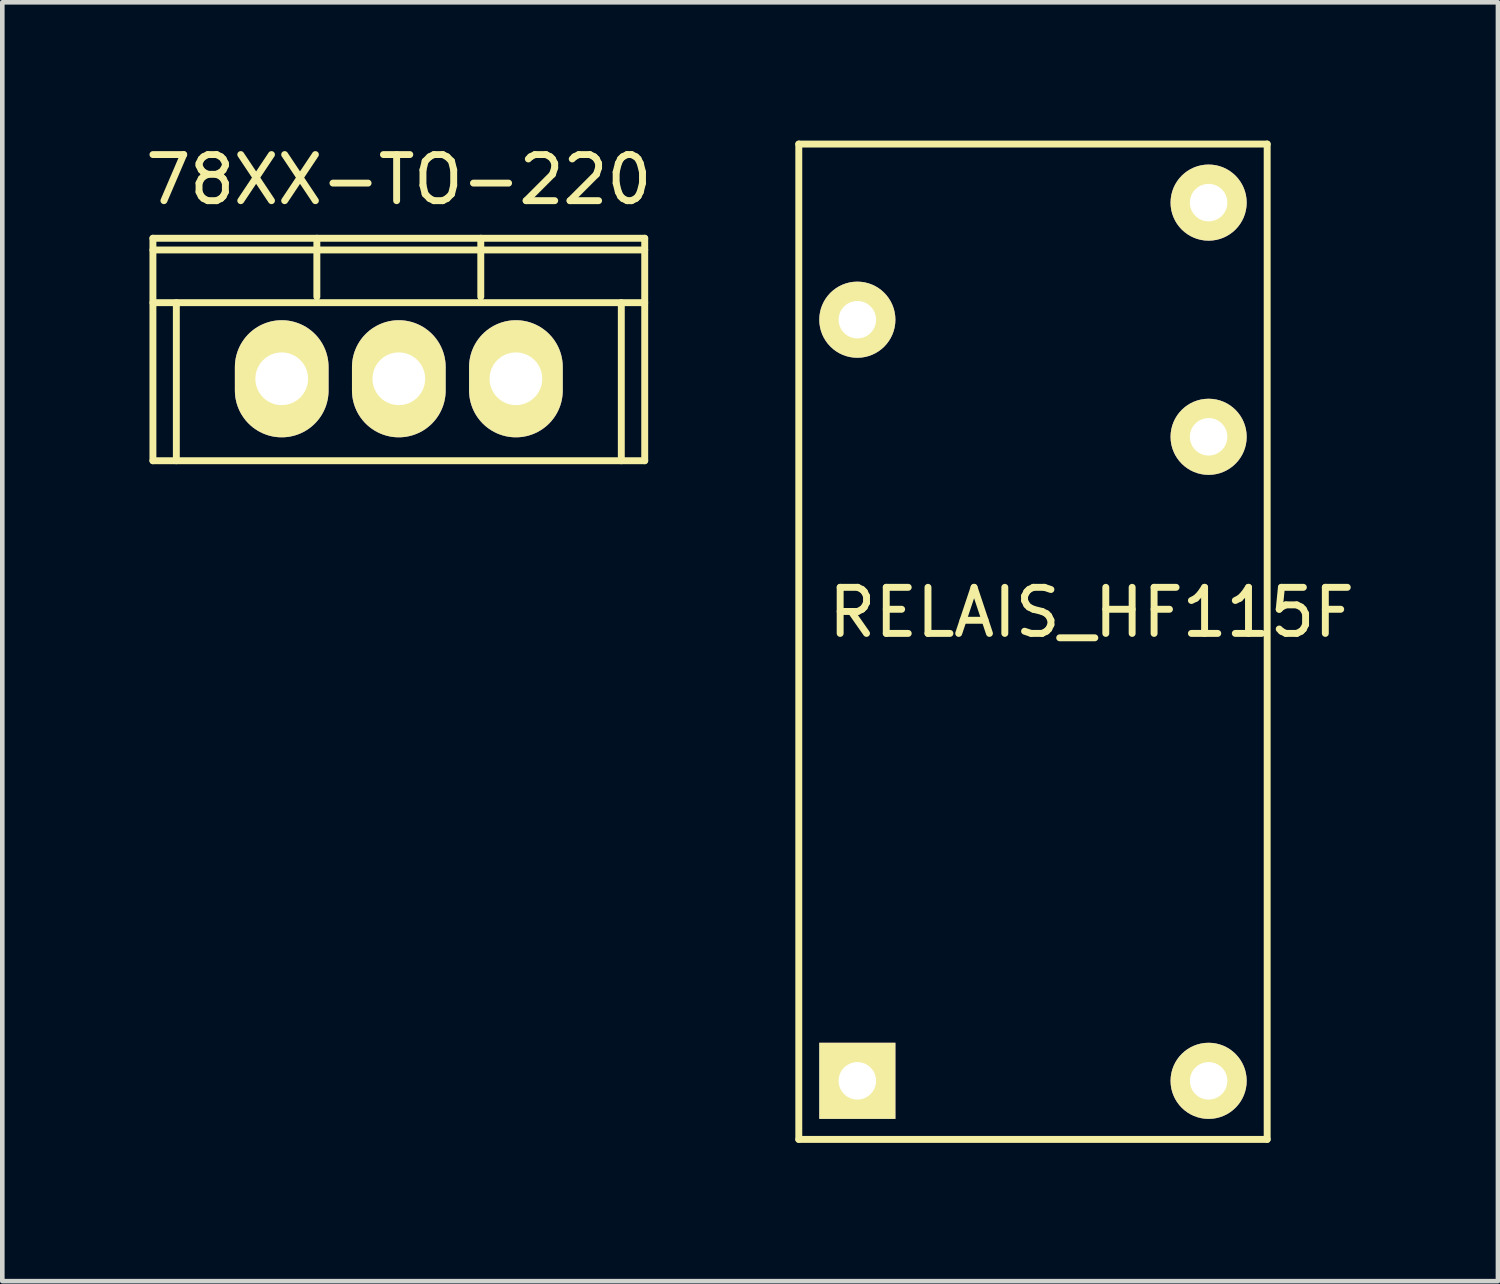
<source format=kicad_pcb>
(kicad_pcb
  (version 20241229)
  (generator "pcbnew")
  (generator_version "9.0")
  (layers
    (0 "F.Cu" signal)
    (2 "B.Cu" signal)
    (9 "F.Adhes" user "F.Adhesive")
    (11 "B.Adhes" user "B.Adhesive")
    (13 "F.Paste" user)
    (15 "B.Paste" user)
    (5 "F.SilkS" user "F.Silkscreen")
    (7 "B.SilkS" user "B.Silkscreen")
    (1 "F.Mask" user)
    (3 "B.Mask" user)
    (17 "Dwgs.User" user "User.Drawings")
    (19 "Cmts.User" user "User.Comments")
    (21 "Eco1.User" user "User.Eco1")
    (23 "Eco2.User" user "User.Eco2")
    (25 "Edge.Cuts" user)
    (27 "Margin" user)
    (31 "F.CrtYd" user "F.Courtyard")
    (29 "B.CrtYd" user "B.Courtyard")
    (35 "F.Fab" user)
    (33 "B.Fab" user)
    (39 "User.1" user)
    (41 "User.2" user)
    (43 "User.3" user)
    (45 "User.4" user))
  (footprint "RELAIS_HF115F"
    (layer "F.Cu")
    (at 20.627 17.855)
    (property "Reference" "RELAIS_HF115F" (at 0 -7.62 0) (layer "F.SilkS") (effects (font (size 1 1) (thickness 0.15))))
    (attr through_hole)
    (fp_line (start -6.35 -17.78) (end -6.35 3.81) (stroke (width 0.15) (type solid)) (layer "F.SilkS"))
    (fp_line (start -6.35 3.81) (end 3.81 3.81) (stroke (width 0.15) (type solid)) (layer "F.SilkS"))
    (fp_line (start 3.81 -17.78) (end -6.35 -17.78) (stroke (width 0.15) (type solid)) (layer "F.SilkS"))
    (fp_line (start 3.81 3.81) (end 3.81 -17.78) (stroke (width 0.15) (type solid)) (layer "F.SilkS"))
    (pad "1" thru_hole rect (at -5.08 2.54) (size 1.651 1.651) (drill 0.813) (layers "*.Cu" "*.Mask" "F.SilkS"))
    (pad "2" thru_hole circle (at 2.54 2.54) (size 1.651 1.651) (drill 0.813) (layers "*.Cu" "*.Mask" "F.SilkS"))
    (pad "3" thru_hole circle (at -5.08 -13.97) (size 1.651 1.651) (drill 0.813) (layers "*.Cu" "*.Mask" "F.SilkS"))
    (pad "4" thru_hole circle (at 2.54 -16.51) (size 1.651 1.651) (drill 0.813) (layers "*.Cu" "*.Mask" "F.SilkS"))
    (pad "5" thru_hole circle (at 2.54 -11.43) (size 1.651 1.651) (drill 0.813) (layers "*.Cu" "*.Mask" "F.SilkS")))
  (footprint "78XX-TO-220"
    (layer "F.Cu")
    (at 5.601 5.166)
    (property "Reference" "78XX-TO-220" (at 0 -4.318 0) (layer "F.SilkS") (effects (font (size 1 1) (thickness 0.15))))
    (attr through_hole)
    (fp_line (start -5.334 -3.048) (end -5.334 1.778) (stroke (width 0.15) (type solid)) (layer "F.SilkS"))
    (fp_line (start -5.334 -1.651) (end 5.334 -1.651) (stroke (width 0.15) (type solid)) (layer "F.SilkS"))
    (fp_line (start -4.826 -1.651) (end -4.826 1.778) (stroke (width 0.15) (type solid)) (layer "F.SilkS"))
    (fp_line (start -1.778 -1.778) (end -1.778 -3.048) (stroke (width 0.15) (type solid)) (layer "F.SilkS"))
    (fp_line (start 1.778 -1.778) (end 1.778 -3.048) (stroke (width 0.15) (type solid)) (layer "F.SilkS"))
    (fp_line (start 4.826 -1.651) (end 4.826 1.778) (stroke (width 0.15) (type solid)) (layer "F.SilkS"))
    (fp_line (start 5.334 -3.048) (end -5.334 -3.048) (stroke (width 0.15) (type solid)) (layer "F.SilkS"))
    (fp_line (start 5.334 -3.048) (end 5.334 1.778) (stroke (width 0.15) (type solid)) (layer "F.SilkS"))
    (fp_line (start 5.334 -2.794) (end -5.334 -2.794) (stroke (width 0.15) (type solid)) (layer "F.SilkS"))
    (fp_line (start 5.334 1.778) (end -5.334 1.778) (stroke (width 0.15) (type solid)) (layer "F.SilkS"))
    (pad "GND" thru_hole oval (at 2.54 0) (size 2.032 2.54) (drill 1.143) (layers "*.Cu" "*.Mask" "F.SilkS"))
    (pad "VI" thru_hole oval (at -2.54 0) (size 2.032 2.54) (drill 1.143) (layers "*.Cu" "*.Mask" "F.SilkS"))
    (pad "VO" thru_hole oval (at 0 0) (size 2.032 2.54) (drill 1.143) (layers "*.Cu" "*.Mask" "F.SilkS")))
  (gr_rect
    (start -3 -3)
    (end 29.443 24.74)
    (stroke (width 0.1) (type default))
    (fill no)
    (layer "Edge.Cuts")))
</source>
